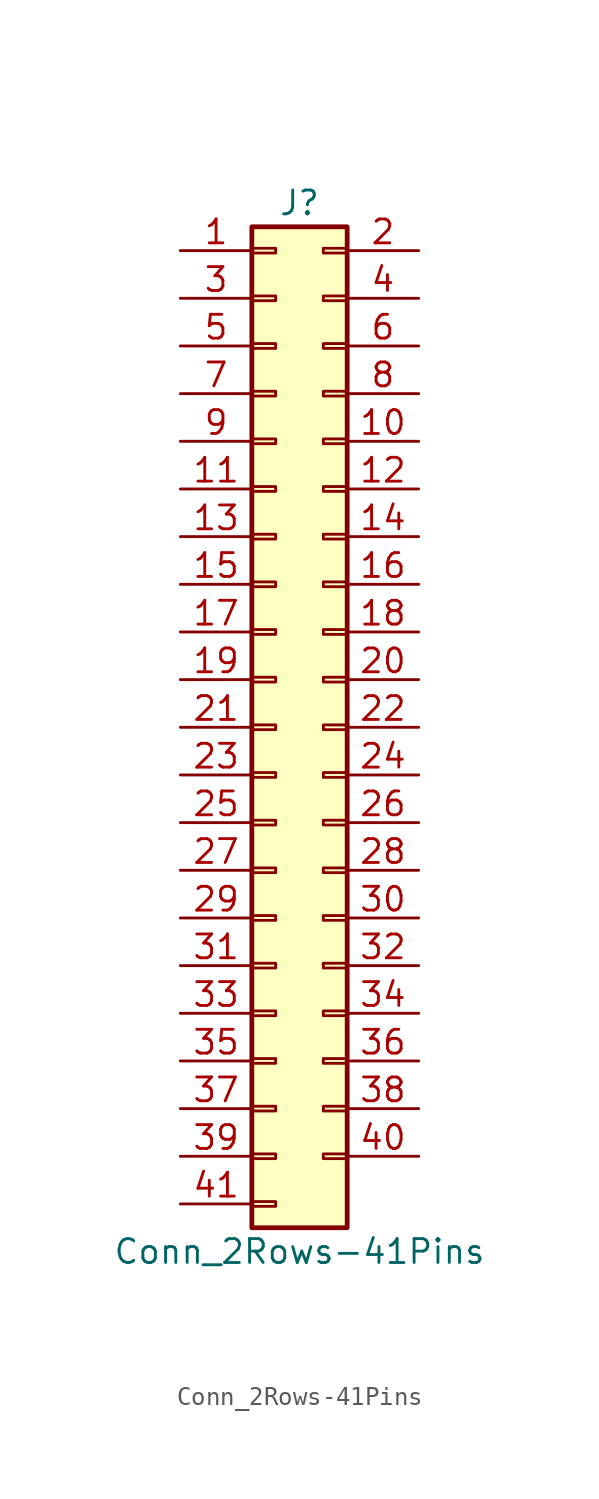
<source format=kicad_sym>
(kicad_symbol_lib
  (version 20220914)
  (generator kicad_symbol_editor)
  (symbol "Conn_2Rows-41Pins"
    (pin_names
      (offset 1.016) hide)
    (property "Reference" "J"
      (at 1.27 27.94 0)
      (effects (font (size 1.27 1.27))))
    (property "Value" "Conn_2Rows-41Pins"
      (at 1.27 -27.94 0)
      (effects (font (size 1.27 1.27))))
    (symbol "Conn_2Rows-41Pins_1_1"
      (rectangle (start -1.27 -25.273) (end 0 -25.527) (stroke (width 0.152) (type solid)) (fill (type none)))
      (rectangle (start -1.27 -22.733) (end 0 -22.987) (stroke (width 0.152) (type solid)) (fill (type none)))
      (rectangle (start -1.27 -20.193) (end 0 -20.447) (stroke (width 0.152) (type solid)) (fill (type none)))
      (rectangle (start -1.27 -17.653) (end 0 -17.907) (stroke (width 0.152) (type solid)) (fill (type none)))
      (rectangle (start -1.27 -15.113) (end 0 -15.367) (stroke (width 0.152) (type solid)) (fill (type none)))
      (rectangle (start -1.27 -12.573) (end 0 -12.827) (stroke (width 0.152) (type solid)) (fill (type none)))
      (rectangle (start -1.27 -10.033) (end 0 -10.287) (stroke (width 0.152) (type solid)) (fill (type none)))
      (rectangle (start -1.27 -7.493) (end 0 -7.747) (stroke (width 0.152) (type solid)) (fill (type none)))
      (rectangle (start -1.27 -4.953) (end 0 -5.207) (stroke (width 0.152) (type solid)) (fill (type none)))
      (rectangle (start -1.27 -2.413) (end 0 -2.667) (stroke (width 0.152) (type solid)) (fill (type none)))
      (rectangle (start -1.27 0.127) (end 0 -0.127) (stroke (width 0.152) (type solid)) (fill (type none)))
      (rectangle (start -1.27 2.667) (end 0 2.413) (stroke (width 0.152) (type solid)) (fill (type none)))
      (rectangle (start -1.27 5.207) (end 0 4.953) (stroke (width 0.152) (type solid)) (fill (type none)))
      (rectangle (start -1.27 7.747) (end 0 7.493) (stroke (width 0.152) (type solid)) (fill (type none)))
      (rectangle (start -1.27 10.287) (end 0 10.033) (stroke (width 0.152) (type solid)) (fill (type none)))
      (rectangle (start -1.27 12.827) (end 0 12.573) (stroke (width 0.152) (type solid)) (fill (type none)))
      (rectangle (start -1.27 15.367) (end 0 15.113) (stroke (width 0.152) (type solid)) (fill (type none)))
      (rectangle (start -1.27 17.907) (end 0 17.653) (stroke (width 0.152) (type solid)) (fill (type none)))
      (rectangle (start -1.27 20.447) (end 0 20.193) (stroke (width 0.152) (type solid)) (fill (type none)))
      (rectangle (start -1.27 22.987) (end 0 22.733) (stroke (width 0.152) (type solid)) (fill (type none)))
      (rectangle (start -1.27 25.527) (end 0 25.273) (stroke (width 0.152) (type solid)) (fill (type none)))
      (rectangle (start -1.27 26.67) (end 3.81 -26.67) (stroke (width 0.254) (type solid)) (fill (type background)))
      (rectangle (start 3.81 -22.733) (end 2.54 -22.987) (stroke (width 0.152) (type solid)) (fill (type none)))
      (rectangle (start 3.81 -20.193) (end 2.54 -20.447) (stroke (width 0.152) (type solid)) (fill (type none)))
      (rectangle (start 3.81 -17.653) (end 2.54 -17.907) (stroke (width 0.152) (type solid)) (fill (type none)))
      (rectangle (start 3.81 -15.113) (end 2.54 -15.367) (stroke (width 0.152) (type solid)) (fill (type none)))
      (rectangle (start 3.81 -12.573) (end 2.54 -12.827) (stroke (width 0.152) (type solid)) (fill (type none)))
      (rectangle (start 3.81 -10.033) (end 2.54 -10.287) (stroke (width 0.152) (type solid)) (fill (type none)))
      (rectangle (start 3.81 -7.493) (end 2.54 -7.747) (stroke (width 0.152) (type solid)) (fill (type none)))
      (rectangle (start 3.81 -4.953) (end 2.54 -5.207) (stroke (width 0.152) (type solid)) (fill (type none)))
      (rectangle (start 3.81 -2.413) (end 2.54 -2.667) (stroke (width 0.152) (type solid)) (fill (type none)))
      (rectangle (start 3.81 0.127) (end 2.54 -0.127) (stroke (width 0.152) (type solid)) (fill (type none)))
      (rectangle (start 3.81 2.667) (end 2.54 2.413) (stroke (width 0.152) (type solid)) (fill (type none)))
      (rectangle (start 3.81 5.207) (end 2.54 4.953) (stroke (width 0.152) (type solid)) (fill (type none)))
      (rectangle (start 3.81 7.747) (end 2.54 7.493) (stroke (width 0.152) (type solid)) (fill (type none)))
      (rectangle (start 3.81 10.287) (end 2.54 10.033) (stroke (width 0.152) (type solid)) (fill (type none)))
      (rectangle (start 3.81 12.827) (end 2.54 12.573) (stroke (width 0.152) (type solid)) (fill (type none)))
      (rectangle (start 3.81 15.367) (end 2.54 15.113) (stroke (width 0.152) (type solid)) (fill (type none)))
      (rectangle (start 3.81 17.907) (end 2.54 17.653) (stroke (width 0.152) (type solid)) (fill (type none)))
      (rectangle (start 3.81 20.447) (end 2.54 20.193) (stroke (width 0.152) (type solid)) (fill (type none)))
      (rectangle (start 3.81 22.987) (end 2.54 22.733) (stroke (width 0.152) (type solid)) (fill (type none)))
      (rectangle (start 3.81 25.527) (end 2.54 25.273) (stroke (width 0.152) (type solid)) (fill (type none)))
      (pin passive line (at -5.08 25.4 0) (length 3.81) (name "Pin_1" (effects (font (size 1.27 1.27)))) (number "1" (effects (font (size 1.27 1.27)))))
      (pin passive line (at 7.62 15.24 180) (length 3.81) (name "Pin_10" (effects (font (size 1.27 1.27)))) (number "10" (effects (font (size 1.27 1.27)))))
      (pin passive line (at -5.08 12.7 0) (length 3.81) (name "Pin_11" (effects (font (size 1.27 1.27)))) (number "11" (effects (font (size 1.27 1.27)))))
      (pin passive line (at 7.62 12.7 180) (length 3.81) (name "Pin_12" (effects (font (size 1.27 1.27)))) (number "12" (effects (font (size 1.27 1.27)))))
      (pin passive line (at -5.08 10.16 0) (length 3.81) (name "Pin_13" (effects (font (size 1.27 1.27)))) (number "13" (effects (font (size 1.27 1.27)))))
      (pin passive line (at 7.62 10.16 180) (length 3.81) (name "Pin_14" (effects (font (size 1.27 1.27)))) (number "14" (effects (font (size 1.27 1.27)))))
      (pin passive line (at -5.08 7.62 0) (length 3.81) (name "Pin_15" (effects (font (size 1.27 1.27)))) (number "15" (effects (font (size 1.27 1.27)))))
      (pin passive line (at 7.62 7.62 180) (length 3.81) (name "Pin_16" (effects (font (size 1.27 1.27)))) (number "16" (effects (font (size 1.27 1.27)))))
      (pin passive line (at -5.08 5.08 0) (length 3.81) (name "Pin_17" (effects (font (size 1.27 1.27)))) (number "17" (effects (font (size 1.27 1.27)))))
      (pin passive line (at 7.62 5.08 180) (length 3.81) (name "Pin_18" (effects (font (size 1.27 1.27)))) (number "18" (effects (font (size 1.27 1.27)))))
      (pin passive line (at -5.08 2.54 0) (length 3.81) (name "Pin_19" (effects (font (size 1.27 1.27)))) (number "19" (effects (font (size 1.27 1.27)))))
      (pin passive line (at 7.62 25.4 180) (length 3.81) (name "Pin_2" (effects (font (size 1.27 1.27)))) (number "2" (effects (font (size 1.27 1.27)))))
      (pin passive line (at 7.62 2.54 180) (length 3.81) (name "Pin_20" (effects (font (size 1.27 1.27)))) (number "20" (effects (font (size 1.27 1.27)))))
      (pin passive line (at -5.08 0 0) (length 3.81) (name "Pin_21" (effects (font (size 1.27 1.27)))) (number "21" (effects (font (size 1.27 1.27)))))
      (pin passive line (at 7.62 0 180) (length 3.81) (name "Pin_22" (effects (font (size 1.27 1.27)))) (number "22" (effects (font (size 1.27 1.27)))))
      (pin passive line (at -5.08 -2.54 0) (length 3.81) (name "Pin_23" (effects (font (size 1.27 1.27)))) (number "23" (effects (font (size 1.27 1.27)))))
      (pin passive line (at 7.62 -2.54 180) (length 3.81) (name "Pin_24" (effects (font (size 1.27 1.27)))) (number "24" (effects (font (size 1.27 1.27)))))
      (pin passive line (at -5.08 -5.08 0) (length 3.81) (name "Pin_25" (effects (font (size 1.27 1.27)))) (number "25" (effects (font (size 1.27 1.27)))))
      (pin passive line (at 7.62 -5.08 180) (length 3.81) (name "Pin_26" (effects (font (size 1.27 1.27)))) (number "26" (effects (font (size 1.27 1.27)))))
      (pin passive line (at -5.08 -7.62 0) (length 3.81) (name "Pin_27" (effects (font (size 1.27 1.27)))) (number "27" (effects (font (size 1.27 1.27)))))
      (pin passive line (at 7.62 -7.62 180) (length 3.81) (name "Pin_28" (effects (font (size 1.27 1.27)))) (number "28" (effects (font (size 1.27 1.27)))))
      (pin passive line (at -5.08 -10.16 0) (length 3.81) (name "Pin_29" (effects (font (size 1.27 1.27)))) (number "29" (effects (font (size 1.27 1.27)))))
      (pin passive line (at -5.08 22.86 0) (length 3.81) (name "Pin_3" (effects (font (size 1.27 1.27)))) (number "3" (effects (font (size 1.27 1.27)))))
      (pin passive line (at 7.62 -10.16 180) (length 3.81) (name "Pin_30" (effects (font (size 1.27 1.27)))) (number "30" (effects (font (size 1.27 1.27)))))
      (pin passive line (at -5.08 -12.7 0) (length 3.81) (name "Pin_31" (effects (font (size 1.27 1.27)))) (number "31" (effects (font (size 1.27 1.27)))))
      (pin passive line (at 7.62 -12.7 180) (length 3.81) (name "Pin_32" (effects (font (size 1.27 1.27)))) (number "32" (effects (font (size 1.27 1.27)))))
      (pin passive line (at -5.08 -15.24 0) (length 3.81) (name "Pin_33" (effects (font (size 1.27 1.27)))) (number "33" (effects (font (size 1.27 1.27)))))
      (pin passive line (at 7.62 -15.24 180) (length 3.81) (name "Pin_34" (effects (font (size 1.27 1.27)))) (number "34" (effects (font (size 1.27 1.27)))))
      (pin passive line (at -5.08 -17.78 0) (length 3.81) (name "Pin_35" (effects (font (size 1.27 1.27)))) (number "35" (effects (font (size 1.27 1.27)))))
      (pin passive line (at 7.62 -17.78 180) (length 3.81) (name "Pin_36" (effects (font (size 1.27 1.27)))) (number "36" (effects (font (size 1.27 1.27)))))
      (pin passive line (at -5.08 -20.32 0) (length 3.81) (name "Pin_37" (effects (font (size 1.27 1.27)))) (number "37" (effects (font (size 1.27 1.27)))))
      (pin passive line (at 7.62 -20.32 180) (length 3.81) (name "Pin_38" (effects (font (size 1.27 1.27)))) (number "38" (effects (font (size 1.27 1.27)))))
      (pin passive line (at -5.08 -22.86 0) (length 3.81) (name "Pin_39" (effects (font (size 1.27 1.27)))) (number "39" (effects (font (size 1.27 1.27)))))
      (pin passive line (at 7.62 22.86 180) (length 3.81) (name "Pin_4" (effects (font (size 1.27 1.27)))) (number "4" (effects (font (size 1.27 1.27)))))
      (pin passive line (at 7.62 -22.86 180) (length 3.81) (name "Pin_40" (effects (font (size 1.27 1.27)))) (number "40" (effects (font (size 1.27 1.27)))))
      (pin passive line (at -5.08 -25.4 0) (length 3.81) (name "Pin_41" (effects (font (size 1.27 1.27)))) (number "41" (effects (font (size 1.27 1.27)))))
      (pin passive line (at -5.08 20.32 0) (length 3.81) (name "Pin_5" (effects (font (size 1.27 1.27)))) (number "5" (effects (font (size 1.27 1.27)))))
      (pin passive line (at 7.62 20.32 180) (length 3.81) (name "Pin_6" (effects (font (size 1.27 1.27)))) (number "6" (effects (font (size 1.27 1.27)))))
      (pin passive line (at -5.08 17.78 0) (length 3.81) (name "Pin_7" (effects (font (size 1.27 1.27)))) (number "7" (effects (font (size 1.27 1.27)))))
      (pin passive line (at 7.62 17.78 180) (length 3.81) (name "Pin_8" (effects (font (size 1.27 1.27)))) (number "8" (effects (font (size 1.27 1.27)))))
      (pin passive line (at -5.08 15.24 0) (length 3.81) (name "Pin_9" (effects (font (size 1.27 1.27)))) (number "9" (effects (font (size 1.27 1.27))))))))
</source>
